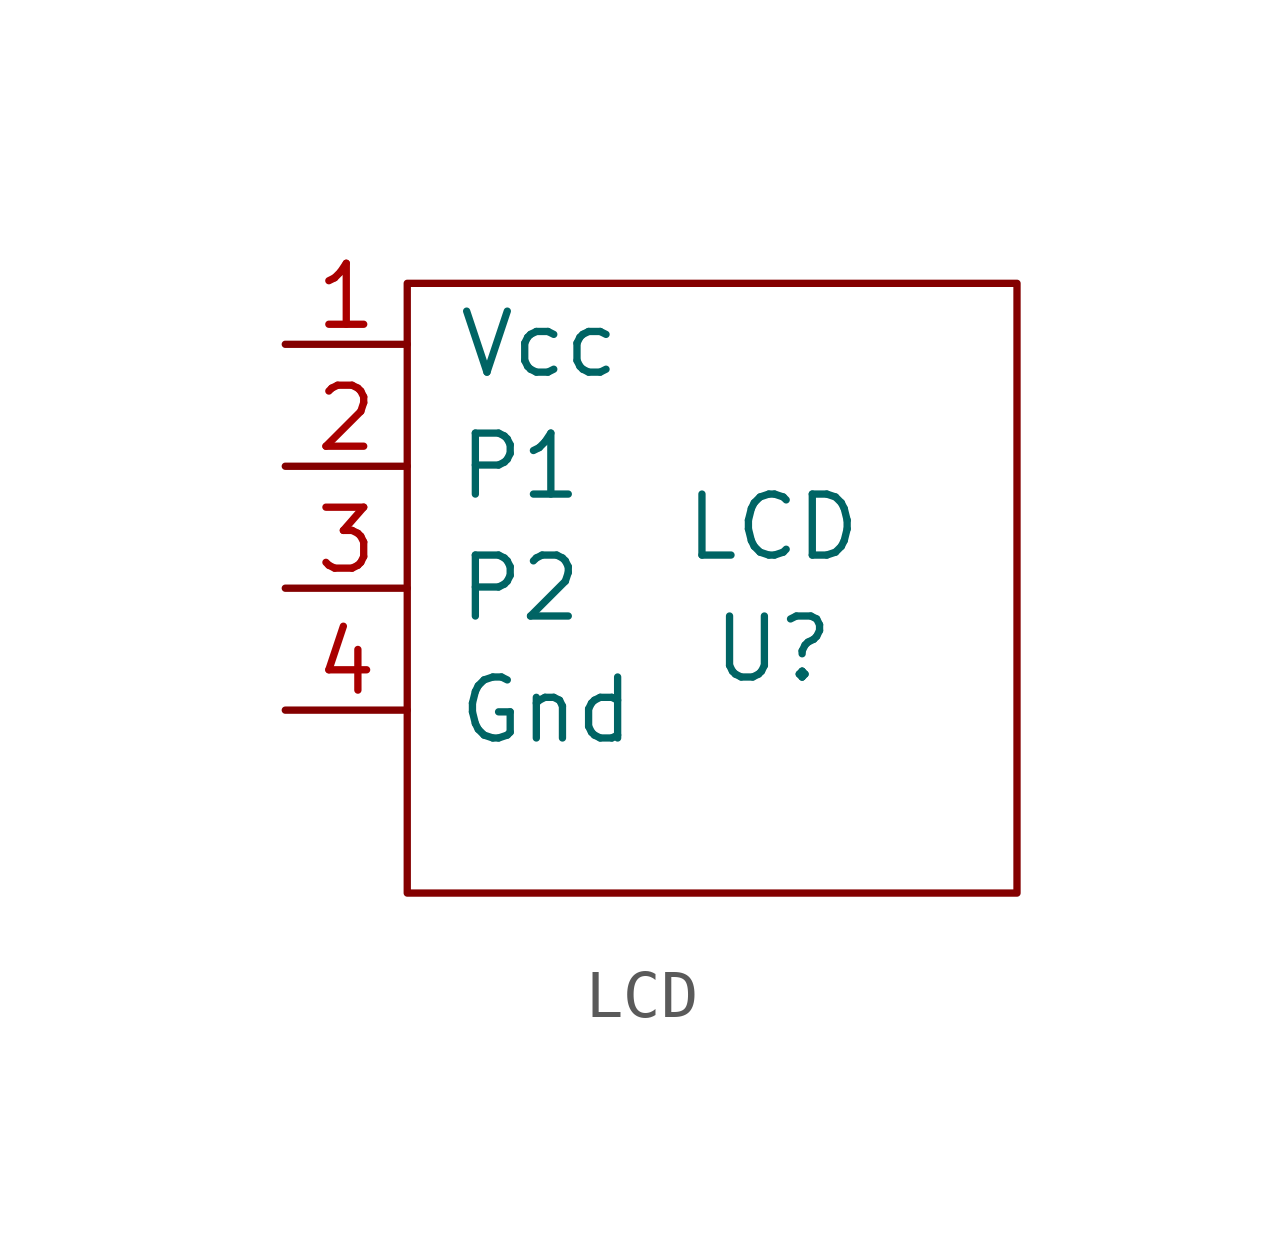
<source format=kicad_sym>
(kicad_symbol_lib
  (version 20220914)
  (generator kicad_symbol_editor)
  (symbol "LCD"
    (pin_names
      (offset 1.016))
    (property "Reference" "U"
      (at 1.27 -1.27 0)
      (effects (font (size 1.27 1.27))))
    (property "Value" "LCD"
      (at 1.27 1.27 0)
      (effects (font (size 1.27 1.27))))
    (symbol "LCD_0_1"
      (rectangle (start -6.35 6.35) (end 6.35 -6.35) (stroke (width 0) (type solid)) (fill (type none))))
    (symbol "LCD_1_1"
      (pin power_in line (at -8.89 5.08 0) (length 2.54) (name "Vcc" (effects (font (size 1.27 1.27)))) (number "1" (effects (font (size 1.27 1.27)))))
      (pin bidirectional line (at -8.89 2.54 0) (length 2.54) (name "P1" (effects (font (size 1.27 1.27)))) (number "2" (effects (font (size 1.27 1.27)))))
      (pin bidirectional line (at -8.89 0 0) (length 2.54) (name "P2" (effects (font (size 1.27 1.27)))) (number "3" (effects (font (size 1.27 1.27)))))
      (pin power_in line (at -8.89 -2.54 0) (length 2.54) (name "Gnd" (effects (font (size 1.27 1.27)))) (number "4" (effects (font (size 1.27 1.27))))))))
</source>
